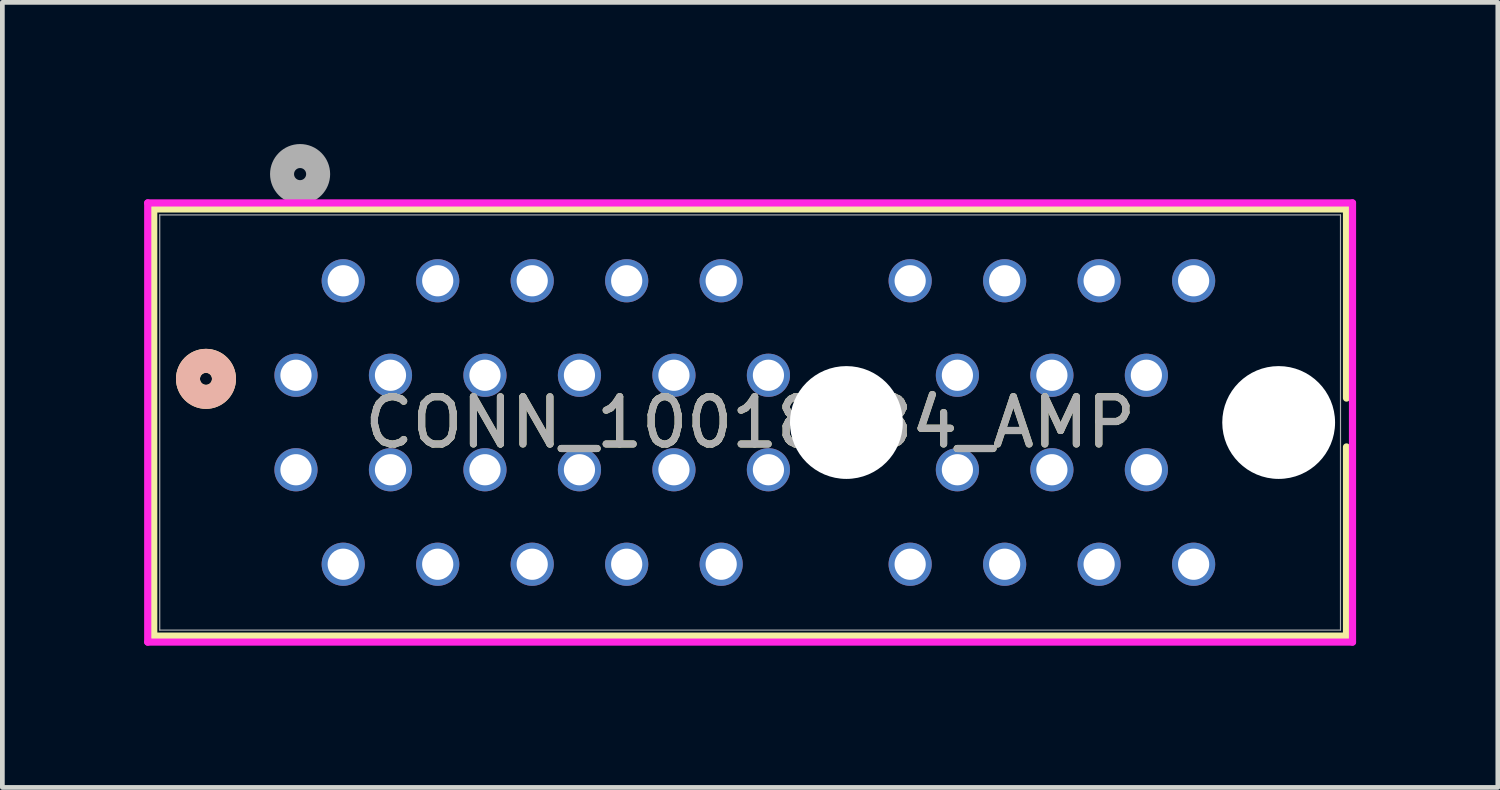
<source format=kicad_pcb>
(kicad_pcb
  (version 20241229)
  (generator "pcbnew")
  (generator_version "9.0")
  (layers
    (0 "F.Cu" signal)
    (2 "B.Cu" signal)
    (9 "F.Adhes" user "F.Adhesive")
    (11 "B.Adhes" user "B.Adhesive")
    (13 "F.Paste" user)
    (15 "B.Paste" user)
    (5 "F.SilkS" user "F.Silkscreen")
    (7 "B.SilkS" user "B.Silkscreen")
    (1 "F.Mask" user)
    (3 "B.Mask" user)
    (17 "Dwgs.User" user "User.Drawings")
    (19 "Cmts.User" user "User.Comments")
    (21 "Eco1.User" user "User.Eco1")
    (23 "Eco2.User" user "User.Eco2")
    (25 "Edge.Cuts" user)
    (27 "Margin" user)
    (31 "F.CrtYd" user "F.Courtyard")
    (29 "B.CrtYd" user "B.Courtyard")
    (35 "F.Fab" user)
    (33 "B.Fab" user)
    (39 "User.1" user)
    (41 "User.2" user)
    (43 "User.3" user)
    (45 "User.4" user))
  (footprint "CONN_10018784_AMP"
    (layer "F.Cu")
    (at 3.215 4.893)
    (property "Reference" "CONN_10018784_AMP" (at 9.613 1 0) (unlocked yes) (layer "F.SilkS") (effects (font (size 1 1) (thickness 0.15))))
    (attr through_hole)
    (fp_line (start -3.011 -3.521) (end 22.236 -3.521) (stroke (width 0.152) (type solid)) (layer "F.SilkS"))
    (fp_line (start -3.011 5.521) (end -3.011 -3.521) (stroke (width 0.152) (type solid)) (layer "F.SilkS"))
    (fp_line (start 22.236 -3.521) (end 22.236 0.483) (stroke (width 0.152) (type solid)) (layer "F.SilkS"))
    (fp_line (start 22.236 1.517) (end 22.236 5.521) (stroke (width 0.152) (type solid)) (layer "F.SilkS"))
    (fp_line (start 22.236 5.521) (end -3.011 5.521) (stroke (width 0.152) (type solid)) (layer "F.SilkS"))
    (fp_circle (center -1.905 0.076) (end -1.524 0.076) (stroke (width 0.508) (type solid)) (fill no) (layer "F.SilkS"))
    (fp_circle (center -1.905 0.076) (end -1.524 0.076) (stroke (width 0.508) (type solid)) (fill no) (layer "B.SilkS"))
    (fp_line (start -3.138 -3.648) (end -3.138 5.648) (stroke (width 0.152) (type solid)) (layer "F.CrtYd"))
    (fp_line (start -3.138 5.648) (end 22.363 5.648) (stroke (width 0.152) (type solid)) (layer "F.CrtYd"))
    (fp_line (start 22.363 -3.648) (end -3.138 -3.648) (stroke (width 0.152) (type solid)) (layer "F.CrtYd"))
    (fp_line (start 22.363 5.648) (end 22.363 -3.648) (stroke (width 0.152) (type solid)) (layer "F.CrtYd"))
    (fp_line (start -2.884 -3.394) (end -2.884 5.394) (stroke (width 0.025) (type solid)) (layer "F.Fab"))
    (fp_line (start -2.884 5.394) (end 22.109 5.394) (stroke (width 0.025) (type solid)) (layer "F.Fab"))
    (fp_line (start 22.109 -3.394) (end -2.884 -3.394) (stroke (width 0.025) (type solid)) (layer "F.Fab"))
    (fp_line (start 22.109 5.394) (end 22.109 -3.394) (stroke (width 0.025) (type solid)) (layer "F.Fab"))
    (fp_circle (center 0.087 -4.258) (end 0.469 -4.258) (stroke (width 0.508) (type solid)) (fill no) (layer "F.Fab"))
    (fp_text user "${REFERENCE}" (at 9.613 1 0) (unlocked yes) (layer "F.Fab") (effects (font (size 1 1) (thickness 0.15))))
    (pad "" np_thru_hole circle (at 11.65 1) (size 2.388 2.388) (drill 2.388) (layers "*.Cu" "*.Mask"))
    (pad "" np_thru_hole circle (at 20.8 1) (size 2.388 2.388) (drill 2.388) (layers "*.Cu" "*.Mask"))
    (pad "A1" thru_hole circle (at 0 0) (size 0.914 0.914) (drill 0.66) (layers "*.Cu" "*.Mask"))
    (pad "A2" thru_hole circle (at 1 -2) (size 0.914 0.914) (drill 0.66) (layers "*.Cu" "*.Mask"))
    (pad "A3" thru_hole circle (at 2 0) (size 0.914 0.914) (drill 0.66) (layers "*.Cu" "*.Mask"))
    (pad "A4" thru_hole circle (at 3 -2) (size 0.914 0.914) (drill 0.66) (layers "*.Cu" "*.Mask"))
    (pad "A5" thru_hole circle (at 4 0) (size 0.914 0.914) (drill 0.66) (layers "*.Cu" "*.Mask"))
    (pad "A6" thru_hole circle (at 5 -2) (size 0.914 0.914) (drill 0.66) (layers "*.Cu" "*.Mask"))
    (pad "A7" thru_hole circle (at 6 0) (size 0.914 0.914) (drill 0.66) (layers "*.Cu" "*.Mask"))
    (pad "A8" thru_hole circle (at 7 -2) (size 0.914 0.914) (drill 0.66) (layers "*.Cu" "*.Mask"))
    (pad "A9" thru_hole circle (at 8 0) (size 0.914 0.914) (drill 0.66) (layers "*.Cu" "*.Mask"))
    (pad "A10" thru_hole circle (at 9 -2) (size 0.914 0.914) (drill 0.66) (layers "*.Cu" "*.Mask"))
    (pad "A11" thru_hole circle (at 10 0) (size 0.914 0.914) (drill 0.66) (layers "*.Cu" "*.Mask"))
    (pad "A12" thru_hole circle (at 13 -2) (size 0.914 0.914) (drill 0.66) (layers "*.Cu" "*.Mask"))
    (pad "A13" thru_hole circle (at 14 0) (size 0.914 0.914) (drill 0.66) (layers "*.Cu" "*.Mask"))
    (pad "A14" thru_hole circle (at 15 -2) (size 0.914 0.914) (drill 0.66) (layers "*.Cu" "*.Mask"))
    (pad "A15" thru_hole circle (at 16 0) (size 0.914 0.914) (drill 0.66) (layers "*.Cu" "*.Mask"))
    (pad "A16" thru_hole circle (at 17 -2) (size 0.914 0.914) (drill 0.66) (layers "*.Cu" "*.Mask"))
    (pad "A17" thru_hole circle (at 18 0) (size 0.914 0.914) (drill 0.66) (layers "*.Cu" "*.Mask"))
    (pad "A18" thru_hole circle (at 19 -2) (size 0.914 0.914) (drill 0.66) (layers "*.Cu" "*.Mask"))
    (pad "B1" thru_hole circle (at -0.000001 2) (size 0.914 0.914) (drill 0.66) (layers "*.Cu" "*.Mask"))
    (pad "B2" thru_hole circle (at 1 4) (size 0.914 0.914) (drill 0.66) (layers "*.Cu" "*.Mask"))
    (pad "B3" thru_hole circle (at 2 2) (size 0.914 0.914) (drill 0.66) (layers "*.Cu" "*.Mask"))
    (pad "B4" thru_hole circle (at 3 4) (size 0.914 0.914) (drill 0.66) (layers "*.Cu" "*.Mask"))
    (pad "B5" thru_hole circle (at 4 2) (size 0.914 0.914) (drill 0.66) (layers "*.Cu" "*.Mask"))
    (pad "B6" thru_hole circle (at 5 4) (size 0.914 0.914) (drill 0.66) (layers "*.Cu" "*.Mask"))
    (pad "B7" thru_hole circle (at 6 2) (size 0.914 0.914) (drill 0.66) (layers "*.Cu" "*.Mask"))
    (pad "B8" thru_hole circle (at 7 4) (size 0.914 0.914) (drill 0.66) (layers "*.Cu" "*.Mask"))
    (pad "B9" thru_hole circle (at 8 2) (size 0.914 0.914) (drill 0.66) (layers "*.Cu" "*.Mask"))
    (pad "B10" thru_hole circle (at 9 4) (size 0.914 0.914) (drill 0.66) (layers "*.Cu" "*.Mask"))
    (pad "B11" thru_hole circle (at 10 2) (size 0.914 0.914) (drill 0.66) (layers "*.Cu" "*.Mask"))
    (pad "B12" thru_hole circle (at 13 4) (size 0.914 0.914) (drill 0.66) (layers "*.Cu" "*.Mask"))
    (pad "B13" thru_hole circle (at 14 2) (size 0.914 0.914) (drill 0.66) (layers "*.Cu" "*.Mask"))
    (pad "B14" thru_hole circle (at 15 4) (size 0.914 0.914) (drill 0.66) (layers "*.Cu" "*.Mask"))
    (pad "B15" thru_hole circle (at 16 2) (size 0.914 0.914) (drill 0.66) (layers "*.Cu" "*.Mask"))
    (pad "B16" thru_hole circle (at 17 4) (size 0.914 0.914) (drill 0.66) (layers "*.Cu" "*.Mask"))
    (pad "B17" thru_hole circle (at 18 2) (size 0.914 0.914) (drill 0.66) (layers "*.Cu" "*.Mask"))
    (pad "B18" thru_hole circle (at 19 4) (size 0.914 0.914) (drill 0.66) (layers "*.Cu" "*.Mask")))
  (gr_rect
    (start -3 -3)
    (end 28.654 13.617)
    (stroke (width 0.1) (type default))
    (fill no)
    (layer "Edge.Cuts")))
</source>
